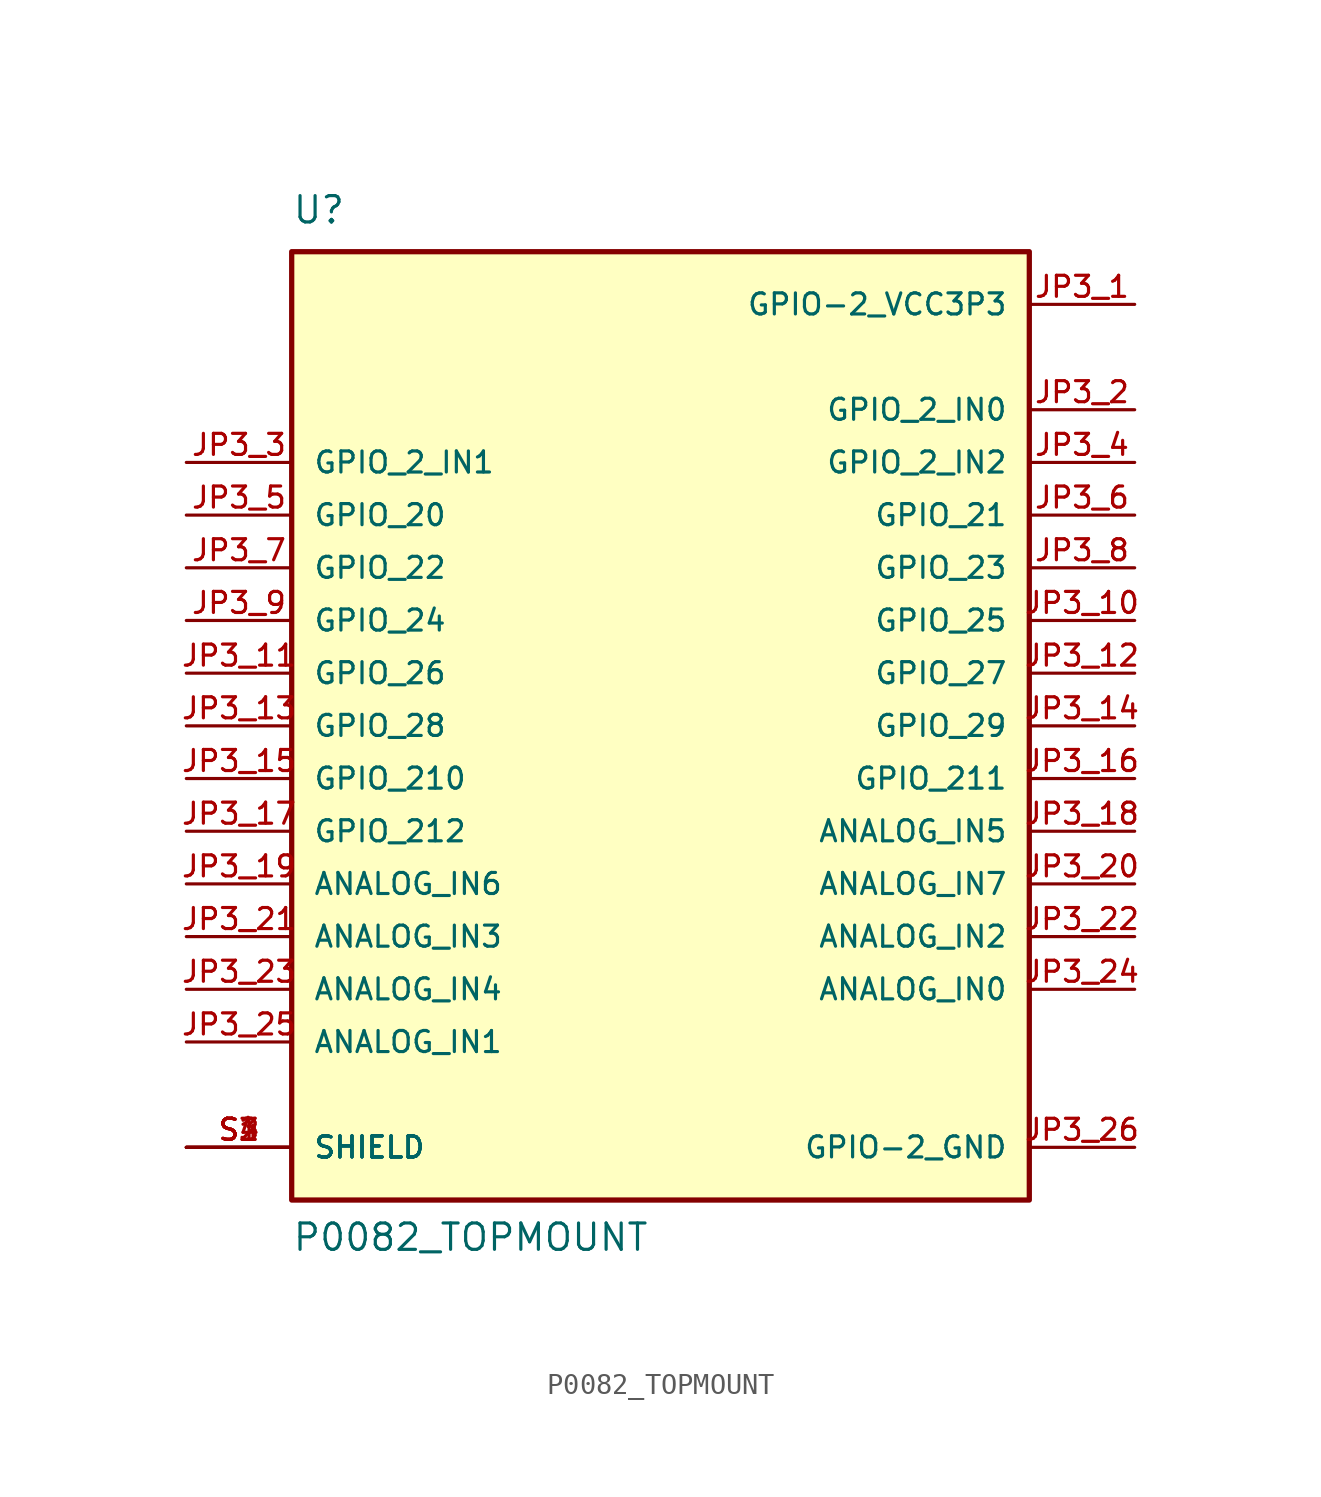
<source format=kicad_sym>
(kicad_symbol_lib
  (version 20211014)
  (generator kicad_symbol_editor)
  (symbol "P0082_TOPMOUNT"
    (pin_names
      (offset 1.016))
    (property "Reference" "U"
      (at -17.78 24.13 0)
      (effects (font (size 1.27 1.27)) (justify bottom left)))
    (property "Value" "P0082_TOPMOUNT"
      (at -17.78 -25.4 0)
      (effects (font (size 1.27 1.27)) (justify bottom left)))
    (symbol "P0082_TOPMOUNT_0_0"
      (rectangle (start -17.78 -22.86) (end 17.78 22.86) (stroke (width 0.254)) (fill (type background)))
      (pin bidirectional line (at 22.86 15.24 180.0) (length 5.08) (name "GPIO_2_IN0" (effects (font (size 1.016 1.016)))) (number "JP3_2" (effects (font (size 1.016 1.016)))))
      (pin bidirectional line (at -22.86 12.7 0) (length 5.08) (name "GPIO_2_IN1" (effects (font (size 1.016 1.016)))) (number "JP3_3" (effects (font (size 1.016 1.016)))))
      (pin bidirectional line (at 22.86 12.7 180.0) (length 5.08) (name "GPIO_2_IN2" (effects (font (size 1.016 1.016)))) (number "JP3_4" (effects (font (size 1.016 1.016)))))
      (pin bidirectional line (at -22.86 10.16 0) (length 5.08) (name "GPIO_20" (effects (font (size 1.016 1.016)))) (number "JP3_5" (effects (font (size 1.016 1.016)))))
      (pin bidirectional line (at 22.86 10.16 180.0) (length 5.08) (name "GPIO_21" (effects (font (size 1.016 1.016)))) (number "JP3_6" (effects (font (size 1.016 1.016)))))
      (pin bidirectional line (at -22.86 7.62 0) (length 5.08) (name "GPIO_22" (effects (font (size 1.016 1.016)))) (number "JP3_7" (effects (font (size 1.016 1.016)))))
      (pin bidirectional line (at 22.86 7.62 180.0) (length 5.08) (name "GPIO_23" (effects (font (size 1.016 1.016)))) (number "JP3_8" (effects (font (size 1.016 1.016)))))
      (pin bidirectional line (at -22.86 5.08 0) (length 5.08) (name "GPIO_24" (effects (font (size 1.016 1.016)))) (number "JP3_9" (effects (font (size 1.016 1.016)))))
      (pin bidirectional line (at 22.86 5.08 180.0) (length 5.08) (name "GPIO_25" (effects (font (size 1.016 1.016)))) (number "JP3_10" (effects (font (size 1.016 1.016)))))
      (pin bidirectional line (at -22.86 2.54 0) (length 5.08) (name "GPIO_26" (effects (font (size 1.016 1.016)))) (number "JP3_11" (effects (font (size 1.016 1.016)))))
      (pin bidirectional line (at 22.86 2.54 180.0) (length 5.08) (name "GPIO_27" (effects (font (size 1.016 1.016)))) (number "JP3_12" (effects (font (size 1.016 1.016)))))
      (pin bidirectional line (at -22.86 0.0 0) (length 5.08) (name "GPIO_28" (effects (font (size 1.016 1.016)))) (number "JP3_13" (effects (font (size 1.016 1.016)))))
      (pin bidirectional line (at 22.86 0.0 180.0) (length 5.08) (name "GPIO_29" (effects (font (size 1.016 1.016)))) (number "JP3_14" (effects (font (size 1.016 1.016)))))
      (pin bidirectional line (at -22.86 -2.54 0) (length 5.08) (name "GPIO_210" (effects (font (size 1.016 1.016)))) (number "JP3_15" (effects (font (size 1.016 1.016)))))
      (pin bidirectional line (at 22.86 -2.54 180.0) (length 5.08) (name "GPIO_211" (effects (font (size 1.016 1.016)))) (number "JP3_16" (effects (font (size 1.016 1.016)))))
      (pin bidirectional line (at -22.86 -5.08 0) (length 5.08) (name "GPIO_212" (effects (font (size 1.016 1.016)))) (number "JP3_17" (effects (font (size 1.016 1.016)))))
      (pin input line (at 22.86 -12.7 180.0) (length 5.08) (name "ANALOG_IN0" (effects (font (size 1.016 1.016)))) (number "JP3_24" (effects (font (size 1.016 1.016)))))
      (pin input line (at -22.86 -15.24 0) (length 5.08) (name "ANALOG_IN1" (effects (font (size 1.016 1.016)))) (number "JP3_25" (effects (font (size 1.016 1.016)))))
      (pin input line (at 22.86 -10.16 180.0) (length 5.08) (name "ANALOG_IN2" (effects (font (size 1.016 1.016)))) (number "JP3_22" (effects (font (size 1.016 1.016)))))
      (pin input line (at -22.86 -10.16 0) (length 5.08) (name "ANALOG_IN3" (effects (font (size 1.016 1.016)))) (number "JP3_21" (effects (font (size 1.016 1.016)))))
      (pin input line (at -22.86 -12.7 0) (length 5.08) (name "ANALOG_IN4" (effects (font (size 1.016 1.016)))) (number "JP3_23" (effects (font (size 1.016 1.016)))))
      (pin input line (at 22.86 -5.08 180.0) (length 5.08) (name "ANALOG_IN5" (effects (font (size 1.016 1.016)))) (number "JP3_18" (effects (font (size 1.016 1.016)))))
      (pin input line (at -22.86 -7.62 0) (length 5.08) (name "ANALOG_IN6" (effects (font (size 1.016 1.016)))) (number "JP3_19" (effects (font (size 1.016 1.016)))))
      (pin input line (at 22.86 -7.62 180.0) (length 5.08) (name "ANALOG_IN7" (effects (font (size 1.016 1.016)))) (number "JP3_20" (effects (font (size 1.016 1.016)))))
      (pin power_in line (at 22.86 -20.32 180.0) (length 5.08) (name "GPIO-2_GND" (effects (font (size 1.016 1.016)))) (number "JP3_26" (effects (font (size 1.016 1.016)))))
      (pin power_in line (at 22.86 20.32 180.0) (length 5.08) (name "GPIO-2_VCC3P3" (effects (font (size 1.016 1.016)))) (number "JP3_1" (effects (font (size 1.016 1.016)))))
      (pin passive line (at -22.86 -20.32 0) (length 5.08) (name "SHIELD" (effects (font (size 1.016 1.016)))) (number "S1" (effects (font (size 1.016 1.016)))))
      (pin passive line (at -22.86 -20.32 0) (length 5.08) (name "SHIELD" (effects (font (size 1.016 1.016)))) (number "S2" (effects (font (size 1.016 1.016)))))
      (pin passive line (at -22.86 -20.32 0) (length 5.08) (name "SHIELD" (effects (font (size 1.016 1.016)))) (number "S3" (effects (font (size 1.016 1.016)))))
      (pin passive line (at -22.86 -20.32 0) (length 5.08) (name "SHIELD" (effects (font (size 1.016 1.016)))) (number "S4" (effects (font (size 1.016 1.016))))))))
</source>
